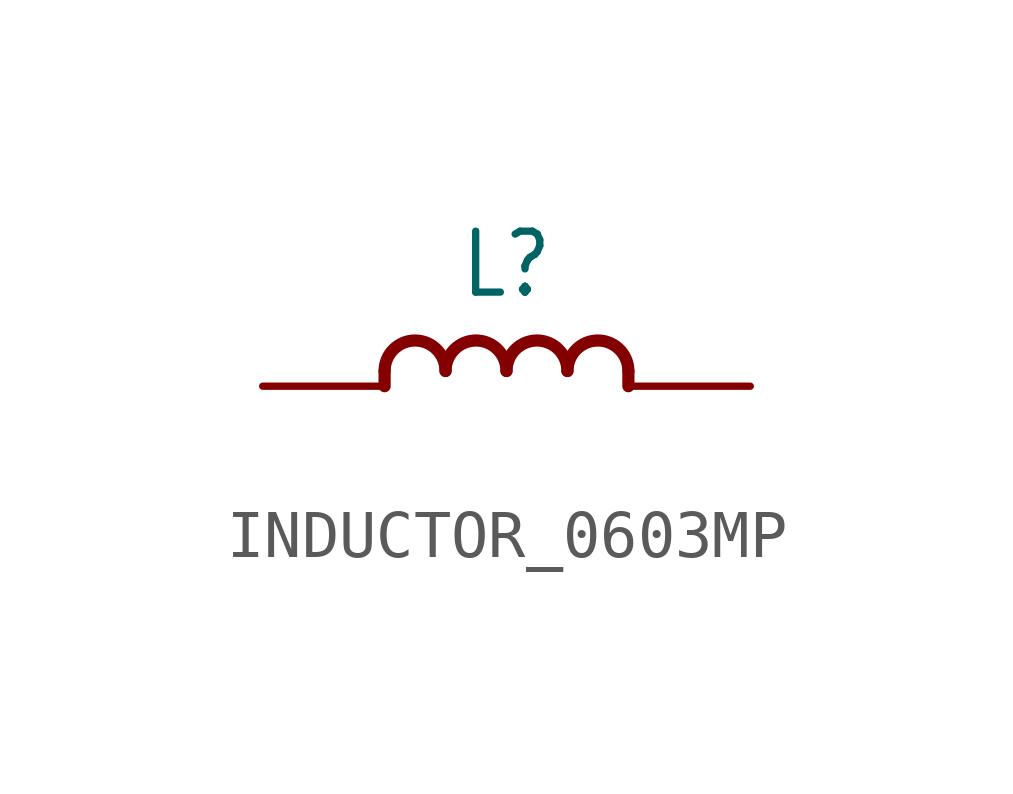
<source format=kicad_sym>
(kicad_symbol_lib
  (version 20231120)
  (generator "kicad_symbol_editor")
  (generator_version "8.0")
  (symbol "INDUCTOR_0603MP"
    (property "Reference" "L"
      (at 0 2.54 0)
      (effects (font (size 1.27 1.079))))
    (property "Value" ""
      (at 0 -1.54 0)
      (effects (font (size 1.27 1.079))))
    (property "ki_locked" ""
      (at 0 0 0)
      (effects (font (size 1.27 1.27))))
    (symbol "INDUCTOR_0603MP_1_0"
      (arc (start -1.27 0.3173) (mid -1.9049 0.9524) (end -2.54 0.3175) (stroke (width 0.254) (type solid)) (fill (type none)))
      (polyline (pts (xy -2.54 0.318) (xy -2.54 0)) (stroke (width 0.254) (type solid)) (fill (type none)))
      (polyline (pts (xy 2.54 0.318) (xy 2.54 0)) (stroke (width 0.254) (type solid)) (fill (type none)))
      (arc (start 0 0.3173) (mid -0.6349 0.9524) (end -1.27 0.3175) (stroke (width 0.254) (type solid)) (fill (type none)))
      (arc (start 1.27 0.3173) (mid 0.6351 0.9524) (end 0 0.3175) (stroke (width 0.254) (type solid)) (fill (type none)))
      (arc (start 2.54 0.3173) (mid 1.9051 0.9524) (end 1.27 0.3175) (stroke (width 0.254) (type solid)) (fill (type none)))
      (pin passive line (at -5.08 0 0) (length 2.54) (name "1" (effects (font (size 0 0)))) (number "1" (effects (font (size 0 0)))))
      (pin passive line (at 5.08 0 180) (length 2.54) (name "2" (effects (font (size 0 0)))) (number "2" (effects (font (size 0 0))))))))
</source>
